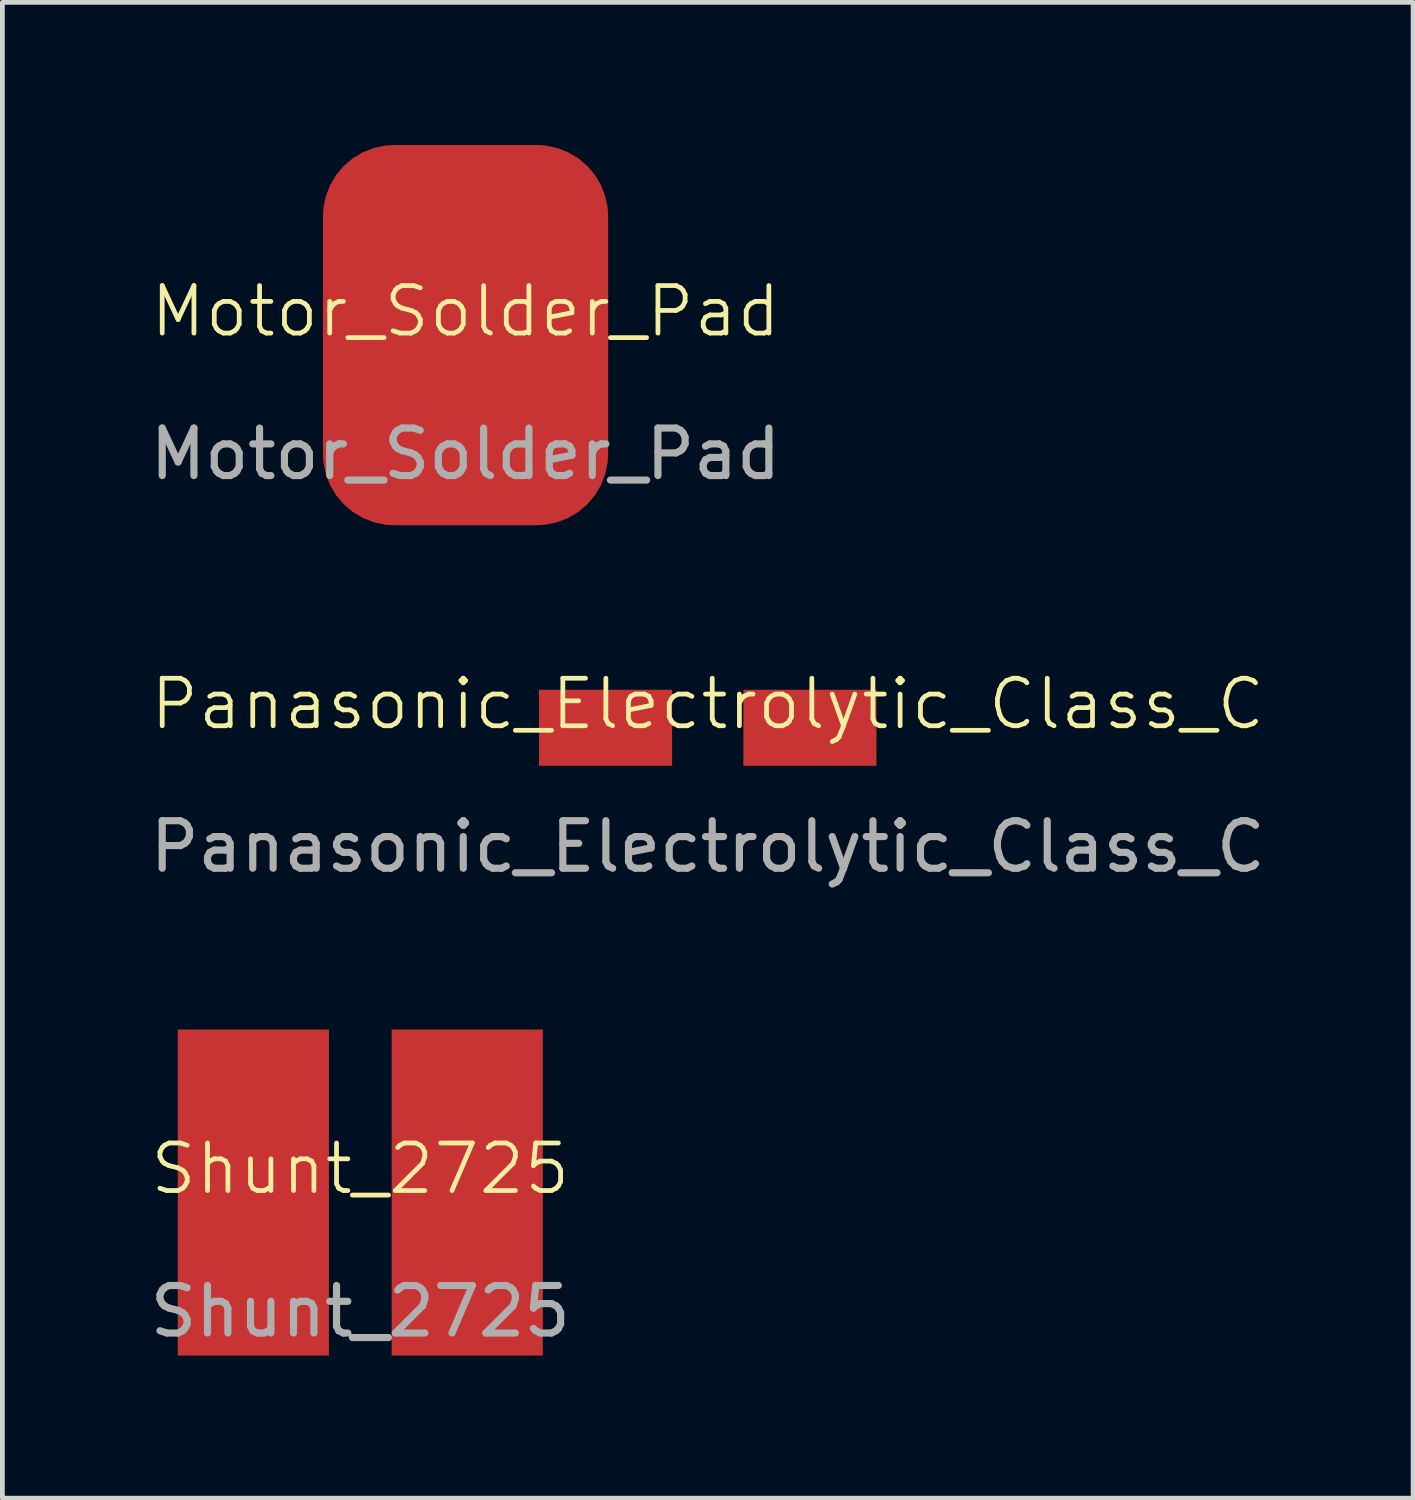
<source format=kicad_pcb>
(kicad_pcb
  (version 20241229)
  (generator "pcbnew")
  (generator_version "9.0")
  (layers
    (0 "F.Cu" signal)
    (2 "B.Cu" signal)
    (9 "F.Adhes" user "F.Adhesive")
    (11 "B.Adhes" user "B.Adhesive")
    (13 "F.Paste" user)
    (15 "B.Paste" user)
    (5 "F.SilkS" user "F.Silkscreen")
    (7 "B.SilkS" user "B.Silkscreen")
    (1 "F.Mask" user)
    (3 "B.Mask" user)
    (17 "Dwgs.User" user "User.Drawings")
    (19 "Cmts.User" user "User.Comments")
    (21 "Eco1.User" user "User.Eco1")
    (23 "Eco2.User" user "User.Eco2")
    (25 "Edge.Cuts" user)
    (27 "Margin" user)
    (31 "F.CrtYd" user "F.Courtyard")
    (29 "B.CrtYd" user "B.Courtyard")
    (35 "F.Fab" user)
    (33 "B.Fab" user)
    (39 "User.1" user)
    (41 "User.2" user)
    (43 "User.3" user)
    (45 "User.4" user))
  (footprint "Shunt_2725"
    (layer "F.Cu")
    (at 4.53 22.039)
    (property "Reference" "Shunt_2725" (at 0 -0.5 0) (unlocked yes) (layer "F.SilkS") (effects (font (size 1 1) (thickness 0.1))))
    (attr smd)
    (fp_text user "${REFERENCE}" (at 0 2.5 0) (unlocked yes) (layer "F.Fab") (effects (font (size 1 1) (thickness 0.15))))
    (pad "1" smd rect (at -2.25 0) (size 3.18 6.86) (layers "F.Cu" "F.Mask" "F.Paste"))
    (pad "2" smd rect (at 2.25 0) (size 3.18 6.86) (layers "F.Cu" "F.Mask" "F.Paste")))
  (footprint "Panasonic_Electrolytic_Class_C"
    (layer "F.Cu")
    (at 11.839 12.261)
    (property "Reference" "Panasonic_Electrolytic_Class_C" (at 0 -0.5 0) (unlocked yes) (layer "F.SilkS") (effects (font (size 1 1) (thickness 0.1))))
    (attr smd)
    (fp_text user "${REFERENCE}" (at 0 2.5 0) (unlocked yes) (layer "F.Fab") (effects (font (size 1 1) (thickness 0.15))))
    (pad "1" smd rect (at -2.15 0) (size 2.8 1.6) (layers "F.Cu" "F.Mask" "F.Paste" "Eco1.User"))
    (pad "2" smd rect (at 2.15 0) (size 2.8 1.6) (layers "F.Cu" "F.Mask" "F.Paste" "Eco1.User")))
  (footprint "Motor_Solder_Pad"
    (layer "F.Cu")
    (at 6.744 4)
    (property "Reference" "Motor_Solder_Pad" (at 0 -0.5 0) (unlocked yes) (layer "F.SilkS") (effects (font (size 1 1) (thickness 0.1))))
    (attr smd)
    (fp_text user "${REFERENCE}" (at 0 2.5 0) (unlocked yes) (layer "F.Fab") (effects (font (size 1 1) (thickness 0.15))))
    (pad "1" smd roundrect (at 0 0) (size 6 8) (layers "F.Cu" "F.Mask" "F.Paste" "Eco1.User") (roundrect_rratio 0.25)))
  (gr_rect
    (start -3 -3)
    (end 26.679 28.469)
    (stroke (width 0.1) (type default))
    (fill no)
    (layer "Edge.Cuts")))
</source>
